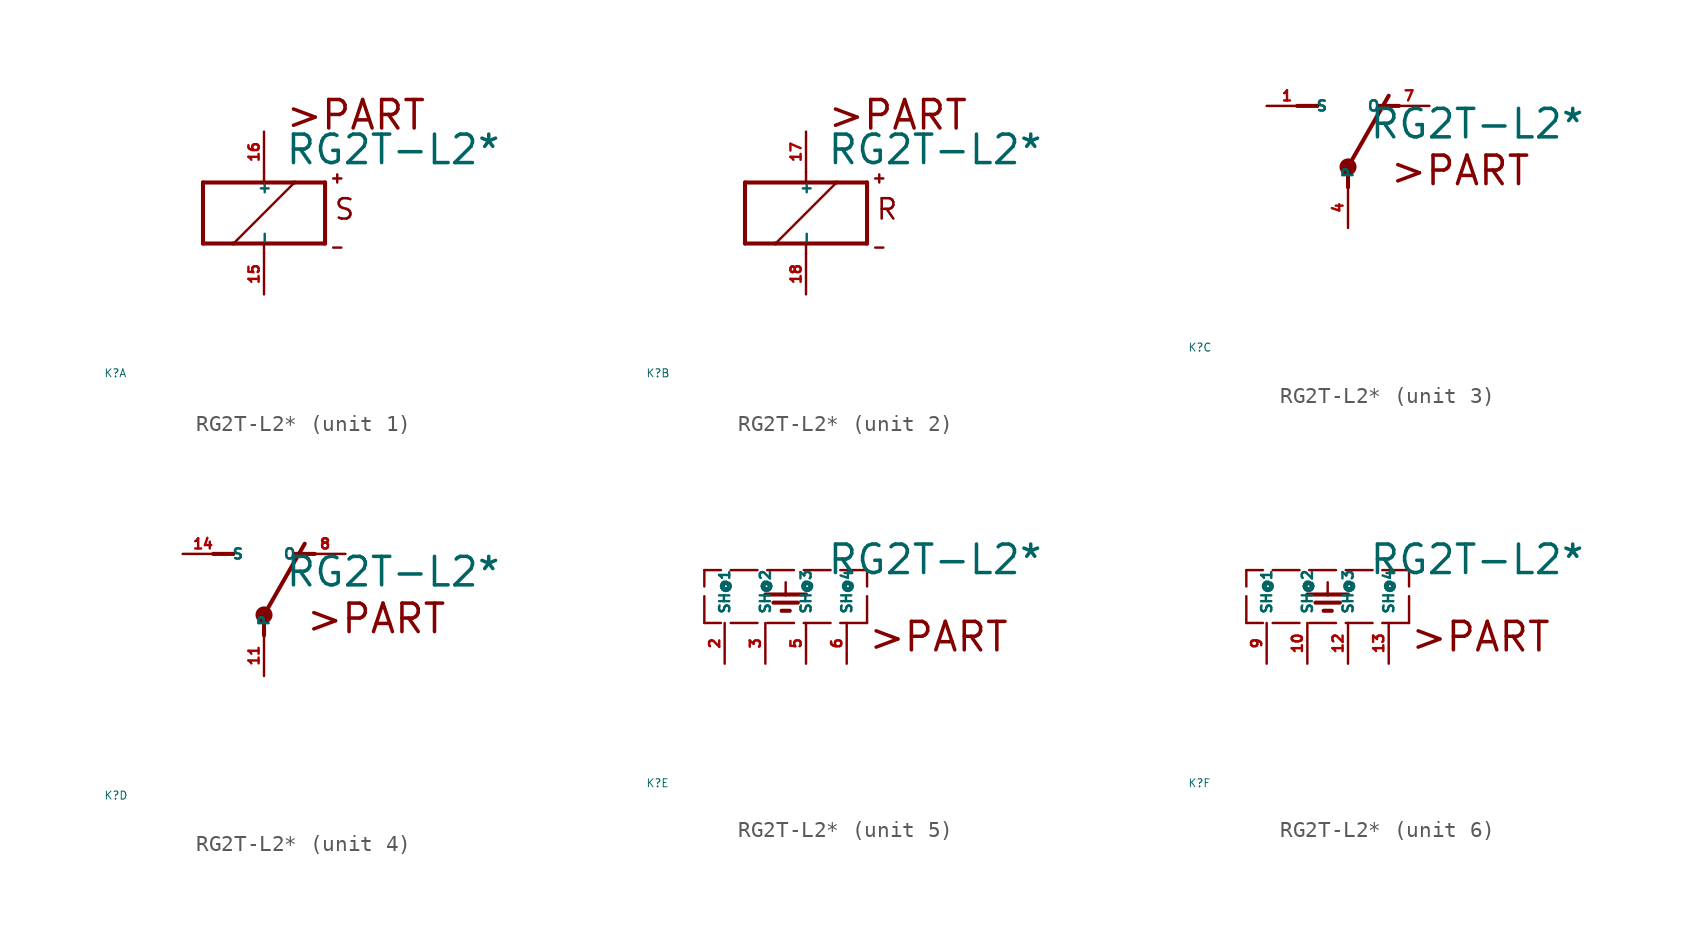
<source format=kicad_sym>
(kicad_symbol_lib
  (version 20220914)
  (generator Eagle2Kicad)
  (symbol "RG2T-L2*"
    (property "Reference" "K"
      (at -10 -10 0)
      (effects (font (size 0.5 0.5) (thickness 0.06)) (justify left)))
    (property "Value" "RG2T-L2*"
      (at 1.27 2.921 0)
      (effects (font (size 1.778 1.778) (thickness 0.22)) (justify left bottom)))
    (symbol "RG2T-L2*_1_0"
      (polyline (pts (xy -3.81 -1.905) (xy -1.905 -1.905)) (stroke (width 0.254) (type default)) (fill (type none)))
      (polyline (pts (xy 3.81 -1.905) (xy 3.81 1.905)) (stroke (width 0.254) (type default)) (fill (type none)))
      (polyline (pts (xy 3.81 1.905) (xy 1.905 1.905)) (stroke (width 0.254) (type default)) (fill (type none)))
      (polyline (pts (xy -3.81 1.905) (xy -3.81 -1.905)) (stroke (width 0.254) (type default)) (fill (type none)))
      (polyline (pts (xy 0 -2.54) (xy 0 -1.905)) (stroke (width 0.152) (type default)) (fill (type none)))
      (polyline (pts (xy 0 -1.905) (xy 3.81 -1.905)) (stroke (width 0.254) (type default)) (fill (type none)))
      (polyline (pts (xy 0 2.54) (xy 0 1.905)) (stroke (width 0.152) (type default)) (fill (type none)))
      (polyline (pts (xy 0 1.905) (xy -3.81 1.905)) (stroke (width 0.254) (type default)) (fill (type none)))
      (polyline (pts (xy -1.905 -1.905) (xy 1.905 1.905)) (stroke (width 0.152) (type default)) (fill (type none)))
      (polyline (pts (xy -1.905 -1.905) (xy 0 -1.905)) (stroke (width 0.254) (type default)) (fill (type none)))
      (polyline (pts (xy 1.905 1.905) (xy 0 1.905)) (stroke (width 0.254) (type default)) (fill (type none)))
      (polyline (pts (xy 4.318 2.159) (xy 4.826 2.159)) (stroke (width 0.152) (type default)) (fill (type none)))
      (polyline (pts (xy 4.572 2.413) (xy 4.572 1.905)) (stroke (width 0.152) (type default)) (fill (type none)))
      (polyline (pts (xy 4.318 -2.159) (xy 4.826 -2.159)) (stroke (width 0.152) (type default)) (fill (type none)))
      (text ">PART" (at 1.27 5.08 0) (effects (font (size 1.778 1.778) (thickness 0.22)) (justify left bottom)))
      (text "S" (at 4.318 -0.508 0) (effects (font (size 1.27 1.27) (thickness 0.16)) (justify left bottom)))
      (pin passive line (at 0 -5.08 90) (length 2.54) (name "-" (effects (font (size 0.635 0.635) (thickness 0.08)) (justify left bottom))) (number "15" (effects (font (size 0.635 0.635) (thickness 0.08)) (justify left bottom))))
      (pin passive line (at 0 5.08 270) (length 2.54) (name "+" (effects (font (size 0.635 0.635) (thickness 0.08)) (justify left bottom))) (number "16" (effects (font (size 0.635 0.635) (thickness 0.08)) (justify left bottom)))))
    (symbol "RG2T-L2*_2_0"
      (polyline (pts (xy -3.81 -1.905) (xy -1.905 -1.905)) (stroke (width 0.254) (type default)) (fill (type none)))
      (polyline (pts (xy 3.81 -1.905) (xy 3.81 1.905)) (stroke (width 0.254) (type default)) (fill (type none)))
      (polyline (pts (xy 3.81 1.905) (xy 1.905 1.905)) (stroke (width 0.254) (type default)) (fill (type none)))
      (polyline (pts (xy -3.81 1.905) (xy -3.81 -1.905)) (stroke (width 0.254) (type default)) (fill (type none)))
      (polyline (pts (xy 0 -2.54) (xy 0 -1.905)) (stroke (width 0.152) (type default)) (fill (type none)))
      (polyline (pts (xy 0 -1.905) (xy 3.81 -1.905)) (stroke (width 0.254) (type default)) (fill (type none)))
      (polyline (pts (xy 0 2.54) (xy 0 1.905)) (stroke (width 0.152) (type default)) (fill (type none)))
      (polyline (pts (xy 0 1.905) (xy -3.81 1.905)) (stroke (width 0.254) (type default)) (fill (type none)))
      (polyline (pts (xy -1.905 -1.905) (xy 1.905 1.905)) (stroke (width 0.152) (type default)) (fill (type none)))
      (polyline (pts (xy -1.905 -1.905) (xy 0 -1.905)) (stroke (width 0.254) (type default)) (fill (type none)))
      (polyline (pts (xy 1.905 1.905) (xy 0 1.905)) (stroke (width 0.254) (type default)) (fill (type none)))
      (polyline (pts (xy 4.318 2.159) (xy 4.826 2.159)) (stroke (width 0.152) (type default)) (fill (type none)))
      (polyline (pts (xy 4.572 2.413) (xy 4.572 1.905)) (stroke (width 0.152) (type default)) (fill (type none)))
      (polyline (pts (xy 4.318 -2.159) (xy 4.826 -2.159)) (stroke (width 0.152) (type default)) (fill (type none)))
      (text ">PART" (at 1.27 5.08 0) (effects (font (size 1.778 1.778) (thickness 0.22)) (justify left bottom)))
      (text "R" (at 4.318 -0.508 0) (effects (font (size 1.27 1.27) (thickness 0.16)) (justify left bottom)))
      (pin passive line (at 0 -5.08 90) (length 2.54) (name "-" (effects (font (size 0.635 0.635) (thickness 0.08)) (justify left bottom))) (number "18" (effects (font (size 0.635 0.635) (thickness 0.08)) (justify left bottom))))
      (pin passive line (at 0 5.08 270) (length 2.54) (name "+" (effects (font (size 0.635 0.635) (thickness 0.08)) (justify left bottom))) (number "17" (effects (font (size 0.635 0.635) (thickness 0.08)) (justify left bottom)))))
    (symbol "RG2T-L2*_3_0"
      (polyline (pts (xy 3.175 5.08) (xy 1.905 5.08)) (stroke (width 0.254) (type default)) (fill (type none)))
      (polyline (pts (xy -3.175 5.08) (xy -1.905 5.08)) (stroke (width 0.254) (type default)) (fill (type none)))
      (polyline (pts (xy 0 1.27) (xy 2.54 5.715)) (stroke (width 0.254) (type default)) (fill (type none)))
      (polyline (pts (xy 0 1.27) (xy 0 0)) (stroke (width 0.254) (type default)) (fill (type none)))
      (text ">PART" (at 2.54 0 0) (effects (font (size 1.778 1.778) (thickness 0.22)) (justify left bottom)))
      (circle (center 0 1.27) (radius 0.127) (stroke (width 0.406) (type default)) (fill (type none)))
      (pin passive line (at 5.08 5.08 180) (length 2.54) (name "O" (effects (font (size 0.635 0.635) (thickness 0.08)) (justify left bottom))) (number "7" (effects (font (size 0.635 0.635) (thickness 0.08)) (justify left bottom))))
      (pin passive line (at -5.08 5.08 0) (length 2.54) (name "S" (effects (font (size 0.635 0.635) (thickness 0.08)) (justify left bottom))) (number "1" (effects (font (size 0.635 0.635) (thickness 0.08)) (justify left bottom))))
      (pin passive line (at 0 -2.54 90) (length 2.54) (name "P" (effects (font (size 0.635 0.635) (thickness 0.08)) (justify left bottom))) (number "4" (effects (font (size 0.635 0.635) (thickness 0.08)) (justify left bottom)))))
    (symbol "RG2T-L2*_4_0"
      (polyline (pts (xy 3.175 5.08) (xy 1.905 5.08)) (stroke (width 0.254) (type default)) (fill (type none)))
      (polyline (pts (xy -3.175 5.08) (xy -1.905 5.08)) (stroke (width 0.254) (type default)) (fill (type none)))
      (polyline (pts (xy 0 1.27) (xy 2.54 5.715)) (stroke (width 0.254) (type default)) (fill (type none)))
      (polyline (pts (xy 0 1.27) (xy 0 0)) (stroke (width 0.254) (type default)) (fill (type none)))
      (text ">PART" (at 2.54 0 0) (effects (font (size 1.778 1.778) (thickness 0.22)) (justify left bottom)))
      (circle (center 0 1.27) (radius 0.127) (stroke (width 0.406) (type default)) (fill (type none)))
      (pin passive line (at 5.08 5.08 180) (length 2.54) (name "O" (effects (font (size 0.635 0.635) (thickness 0.08)) (justify left bottom))) (number "8" (effects (font (size 0.635 0.635) (thickness 0.08)) (justify left bottom))))
      (pin passive line (at -5.08 5.08 0) (length 2.54) (name "S" (effects (font (size 0.635 0.635) (thickness 0.08)) (justify left bottom))) (number "14" (effects (font (size 0.635 0.635) (thickness 0.08)) (justify left bottom))))
      (pin passive line (at 0 -2.54 90) (length 2.54) (name "P" (effects (font (size 0.635 0.635) (thickness 0.08)) (justify left bottom))) (number "11" (effects (font (size 0.635 0.635) (thickness 0.08)) (justify left bottom)))))
    (symbol "RG2T-L2*_5_0"
      (polyline (pts (xy 3.81 0) (xy -6.35 0)) (stroke (width 0.152) (type dash)) (fill (type none)))
      (polyline (pts (xy -1.27 2.54) (xy -1.27 1.778)) (stroke (width 0.152) (type default)) (fill (type none)))
      (polyline (pts (xy -2.54 1.778) (xy -1.27 1.778)) (stroke (width 0.254) (type default)) (fill (type none)))
      (polyline (pts (xy -1.27 1.778) (xy 0 1.778)) (stroke (width 0.254) (type default)) (fill (type none)))
      (polyline (pts (xy -2.032 1.27) (xy -0.508 1.27)) (stroke (width 0.254) (type default)) (fill (type none)))
      (polyline (pts (xy -1.524 0.762) (xy -1.016 0.762)) (stroke (width 0.254) (type default)) (fill (type none)))
      (polyline (pts (xy 3.81 0) (xy 3.81 3.302)) (stroke (width 0.152) (type dash)) (fill (type none)))
      (polyline (pts (xy 3.81 3.302) (xy -6.35 3.302)) (stroke (width 0.152) (type dash)) (fill (type none)))
      (polyline (pts (xy -6.35 0) (xy -6.35 3.302)) (stroke (width 0.152) (type dash)) (fill (type none)))
      (text ">PART" (at 3.81 -1.905 0) (effects (font (size 1.778 1.778) (thickness 0.22)) (justify left bottom)))
      (pin passive line (at 0 -2.54 90) (length 2.54) (name "SH@3" (effects (font (size 0.635 0.635) (thickness 0.08)) (justify left bottom))) (number "5" (effects (font (size 0.635 0.635) (thickness 0.08)) (justify left bottom))))
      (pin passive line (at -5.08 -2.54 90) (length 2.54) (name "SH@1" (effects (font (size 0.635 0.635) (thickness 0.08)) (justify left bottom))) (number "2" (effects (font (size 0.635 0.635) (thickness 0.08)) (justify left bottom))))
      (pin passive line (at -2.54 -2.54 90) (length 2.54) (name "SH@2" (effects (font (size 0.635 0.635) (thickness 0.08)) (justify left bottom))) (number "3" (effects (font (size 0.635 0.635) (thickness 0.08)) (justify left bottom))))
      (pin passive line (at 2.54 -2.54 90) (length 2.54) (name "SH@4" (effects (font (size 0.635 0.635) (thickness 0.08)) (justify left bottom))) (number "6" (effects (font (size 0.635 0.635) (thickness 0.08)) (justify left bottom)))))
    (symbol "RG2T-L2*_6_0"
      (polyline (pts (xy 3.81 0) (xy -6.35 0)) (stroke (width 0.152) (type dash)) (fill (type none)))
      (polyline (pts (xy -1.27 2.54) (xy -1.27 1.778)) (stroke (width 0.152) (type default)) (fill (type none)))
      (polyline (pts (xy -2.54 1.778) (xy -1.27 1.778)) (stroke (width 0.254) (type default)) (fill (type none)))
      (polyline (pts (xy -1.27 1.778) (xy 0 1.778)) (stroke (width 0.254) (type default)) (fill (type none)))
      (polyline (pts (xy -2.032 1.27) (xy -0.508 1.27)) (stroke (width 0.254) (type default)) (fill (type none)))
      (polyline (pts (xy -1.524 0.762) (xy -1.016 0.762)) (stroke (width 0.254) (type default)) (fill (type none)))
      (polyline (pts (xy 3.81 0) (xy 3.81 3.302)) (stroke (width 0.152) (type dash)) (fill (type none)))
      (polyline (pts (xy 3.81 3.302) (xy -6.35 3.302)) (stroke (width 0.152) (type dash)) (fill (type none)))
      (polyline (pts (xy -6.35 0) (xy -6.35 3.302)) (stroke (width 0.152) (type dash)) (fill (type none)))
      (text ">PART" (at 3.81 -1.905 0) (effects (font (size 1.778 1.778) (thickness 0.22)) (justify left bottom)))
      (pin passive line (at 0 -2.54 90) (length 2.54) (name "SH@3" (effects (font (size 0.635 0.635) (thickness 0.08)) (justify left bottom))) (number "12" (effects (font (size 0.635 0.635) (thickness 0.08)) (justify left bottom))))
      (pin passive line (at -5.08 -2.54 90) (length 2.54) (name "SH@1" (effects (font (size 0.635 0.635) (thickness 0.08)) (justify left bottom))) (number "9" (effects (font (size 0.635 0.635) (thickness 0.08)) (justify left bottom))))
      (pin passive line (at -2.54 -2.54 90) (length 2.54) (name "SH@2" (effects (font (size 0.635 0.635) (thickness 0.08)) (justify left bottom))) (number "10" (effects (font (size 0.635 0.635) (thickness 0.08)) (justify left bottom))))
      (pin passive line (at 2.54 -2.54 90) (length 2.54) (name "SH@4" (effects (font (size 0.635 0.635) (thickness 0.08)) (justify left bottom))) (number "13" (effects (font (size 0.635 0.635) (thickness 0.08)) (justify left bottom)))))))
</source>
